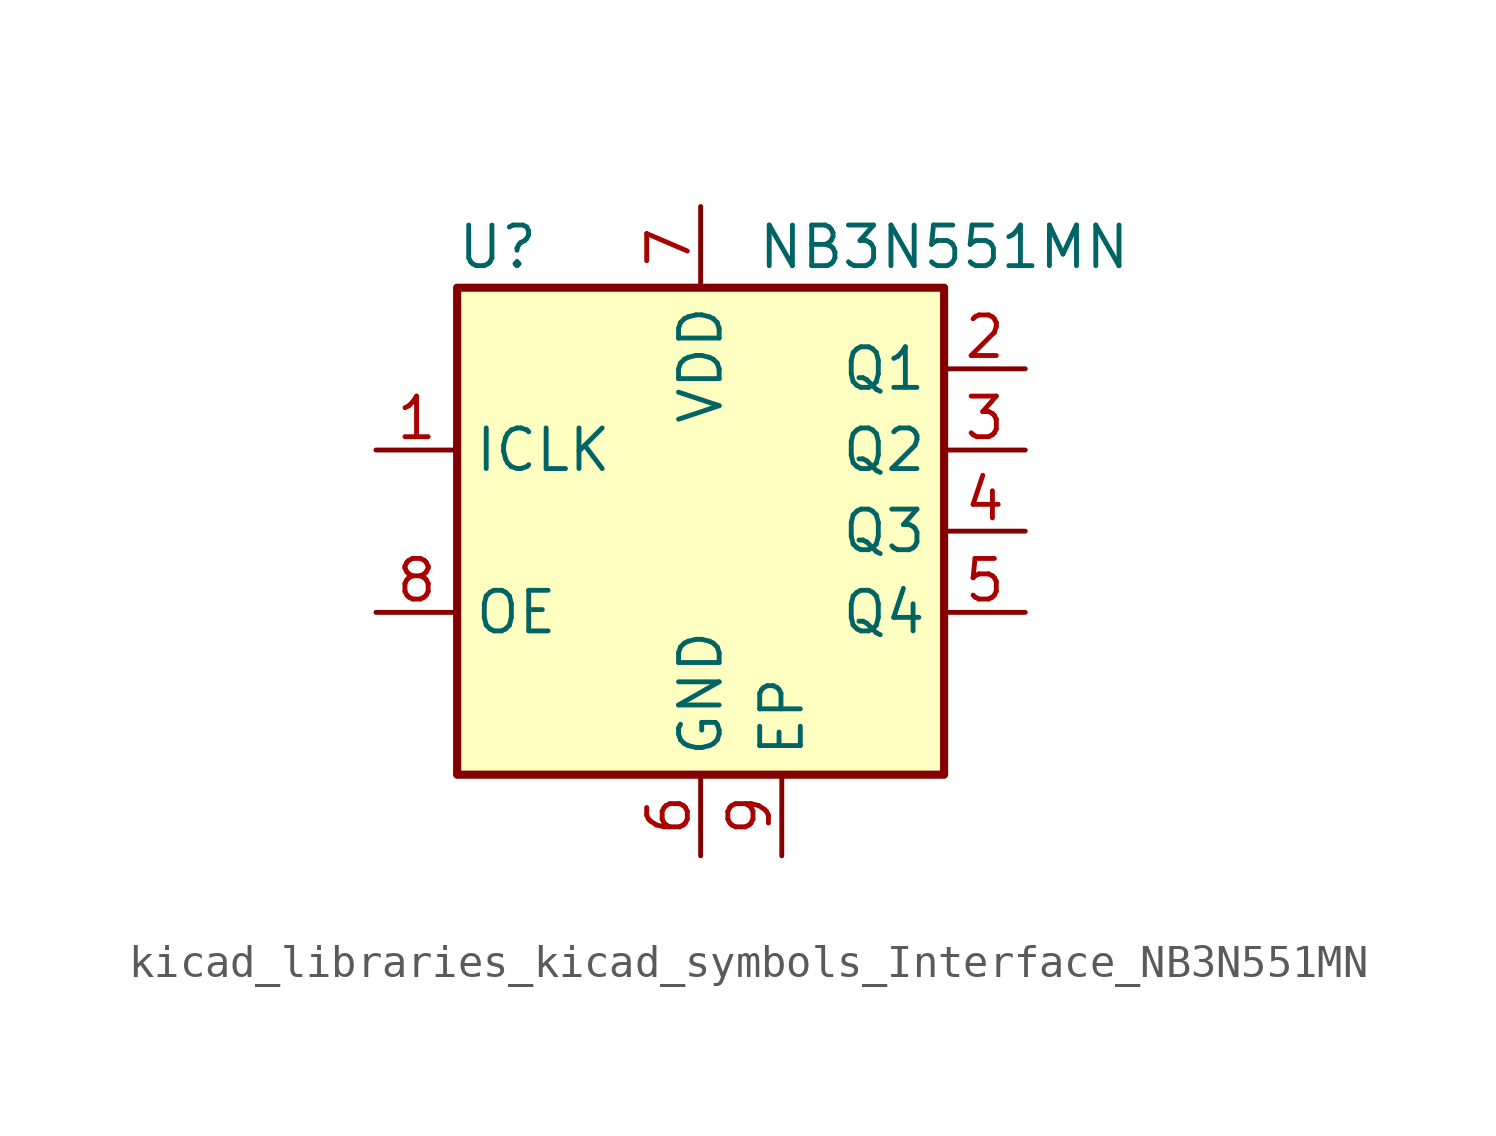
<source format=kicad_sym>
(kicad_symbol_lib
  (version 20220914)
  (generator kicad_symbol_editor)
  (symbol "kicad_libraries_kicad_symbols_Interface_NB3N551MN"
    (property "Reference" "U"
      (at -6.35 8.89 0)
      (effects (font (size 1.27 1.27))))
    (property "Value" "NB3N551MN"
      (at 7.62 8.89 0)
      (effects (font (size 1.27 1.27))))
    (symbol "kicad_libraries_kicad_symbols_Interface_NB3N551MN_0_1"
      (rectangle (start -7.62 7.62) (end 7.62 -7.62) (stroke (width 0.254) (type default)) (fill (type background))))
    (symbol "kicad_libraries_kicad_symbols_Interface_NB3N551MN_1_1"
      (pin input line (at -10.16 2.54 0) (length 2.54) (name "ICLK" (effects (font (size 1.27 1.27)))) (number "1" (effects (font (size 1.27 1.27)))))
      (pin output line (at 10.16 5.08 180) (length 2.54) (name "Q1" (effects (font (size 1.27 1.27)))) (number "2" (effects (font (size 1.27 1.27)))))
      (pin output line (at 10.16 2.54 180) (length 2.54) (name "Q2" (effects (font (size 1.27 1.27)))) (number "3" (effects (font (size 1.27 1.27)))))
      (pin output line (at 10.16 0 180) (length 2.54) (name "Q3" (effects (font (size 1.27 1.27)))) (number "4" (effects (font (size 1.27 1.27)))))
      (pin output line (at 10.16 -2.54 180) (length 2.54) (name "Q4" (effects (font (size 1.27 1.27)))) (number "5" (effects (font (size 1.27 1.27)))))
      (pin power_in line (at 0 -10.16 90) (length 2.54) (name "GND" (effects (font (size 1.27 1.27)))) (number "6" (effects (font (size 1.27 1.27)))))
      (pin power_in line (at 0 10.16 270) (length 2.54) (name "VDD" (effects (font (size 1.27 1.27)))) (number "7" (effects (font (size 1.27 1.27)))))
      (pin input line (at -10.16 -2.54 0) (length 2.54) (name "OE" (effects (font (size 1.27 1.27)))) (number "8" (effects (font (size 1.27 1.27)))))
      (pin passive line (at 2.54 -10.16 90) (length 2.54) (name "EP" (effects (font (size 1.27 1.27)))) (number "9" (effects (font (size 1.27 1.27))))))))
</source>
